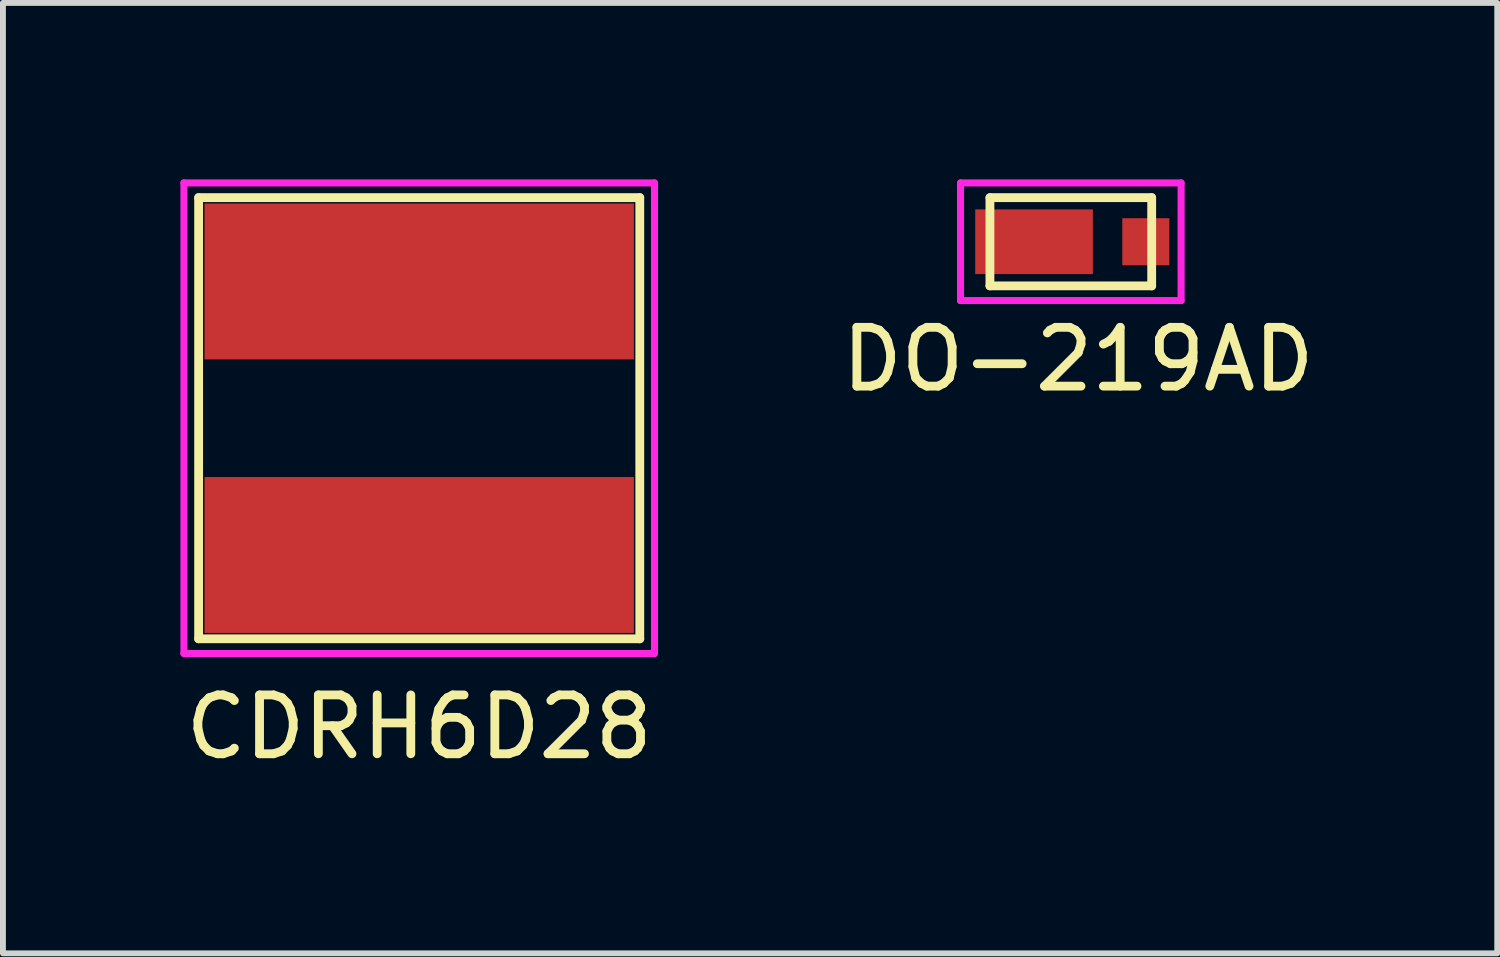
<source format=kicad_pcb>
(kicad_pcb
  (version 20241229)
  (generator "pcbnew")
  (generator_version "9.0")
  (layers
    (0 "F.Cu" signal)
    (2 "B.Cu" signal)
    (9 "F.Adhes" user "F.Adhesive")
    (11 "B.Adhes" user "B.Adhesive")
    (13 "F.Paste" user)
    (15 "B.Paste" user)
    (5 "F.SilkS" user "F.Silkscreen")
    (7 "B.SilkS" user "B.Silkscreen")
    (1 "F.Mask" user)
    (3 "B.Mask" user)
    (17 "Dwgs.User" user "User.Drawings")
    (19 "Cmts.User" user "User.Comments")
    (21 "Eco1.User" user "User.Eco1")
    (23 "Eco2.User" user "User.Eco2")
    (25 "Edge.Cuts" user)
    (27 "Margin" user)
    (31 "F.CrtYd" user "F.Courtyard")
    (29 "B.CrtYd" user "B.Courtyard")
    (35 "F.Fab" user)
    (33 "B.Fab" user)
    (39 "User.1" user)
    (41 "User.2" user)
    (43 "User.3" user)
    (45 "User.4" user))
  (footprint "CDRH6D28"
    (layer "F.Cu")
    (at 4.077 4.06)
    (property "Reference" "CDRH6D28" (at 0 5.25 0) (layer "F.SilkS") (effects (font (size 1 1) (thickness 0.15))))
    (attr through_hole)
    (fp_line (start -3.75 -3.75) (end -3.75 3.75) (stroke (width 0.15) (type solid)) (layer "F.SilkS"))
    (fp_line (start -3.75 3.75) (end 3.75 3.75) (stroke (width 0.15) (type solid)) (layer "F.SilkS"))
    (fp_line (start 3.75 -3.75) (end -3.75 -3.75) (stroke (width 0.15) (type solid)) (layer "F.SilkS"))
    (fp_line (start 3.75 3.75) (end 3.75 -3.75) (stroke (width 0.15) (type solid)) (layer "F.SilkS"))
    (fp_line (start -4 -4) (end -4 4) (stroke (width 0.12) (type solid)) (layer "F.CrtYd"))
    (fp_line (start -4 4) (end 4 4) (stroke (width 0.12) (type solid)) (layer "F.CrtYd"))
    (fp_line (start 4 -4) (end -4 -4) (stroke (width 0.12) (type solid)) (layer "F.CrtYd"))
    (fp_line (start 4 4) (end 4 -4) (stroke (width 0.12) (type solid)) (layer "F.CrtYd"))
    (pad "1" smd rect (at 0 -2.325) (size 7.3 2.65) (layers "F.Cu" "F.Mask" "F.Paste"))
    (pad "2" smd rect (at 0 2.325) (size 7.3 2.65) (layers "F.Cu" "F.Mask" "F.Paste")))
  (footprint "DO-219AD"
    (layer "F.Cu")
    (at 14.53 1.06)
    (property "Reference" "DO-219AD" (at 0.75 2 0) (layer "F.SilkS") (effects (font (size 1 1) (thickness 0.15))))
    (attr through_hole)
    (fp_line (start -0.75 -0.75) (end 2 -0.75) (stroke (width 0.15) (type solid)) (layer "F.SilkS"))
    (fp_line (start -0.75 0.75) (end -0.75 -0.75) (stroke (width 0.15) (type solid)) (layer "F.SilkS"))
    (fp_line (start 2 -0.75) (end 2 0.75) (stroke (width 0.15) (type solid)) (layer "F.SilkS"))
    (fp_line (start 2 0.75) (end -0.75 0.75) (stroke (width 0.15) (type solid)) (layer "F.SilkS"))
    (fp_line (start -1.25 -1) (end 2.5 -1) (stroke (width 0.12) (type solid)) (layer "F.CrtYd"))
    (fp_line (start -1.25 1) (end -1.25 -1) (stroke (width 0.12) (type solid)) (layer "F.CrtYd"))
    (fp_line (start 2.5 -1) (end 2.5 1) (stroke (width 0.12) (type solid)) (layer "F.CrtYd"))
    (fp_line (start 2.5 1) (end -1.25 1) (stroke (width 0.12) (type solid)) (layer "F.CrtYd"))
    (pad "1" smd rect (at 0 0) (size 2 1.1) (layers "F.Cu" "F.Mask" "F.Paste"))
    (pad "2" smd rect (at 1.9 0) (size 0.8 0.8) (layers "F.Cu" "F.Mask" "F.Paste")))
  (gr_rect
    (start -3 -3)
    (end 22.405 13.158)
    (stroke (width 0.1) (type default))
    (fill no)
    (layer "Edge.Cuts")))
</source>
